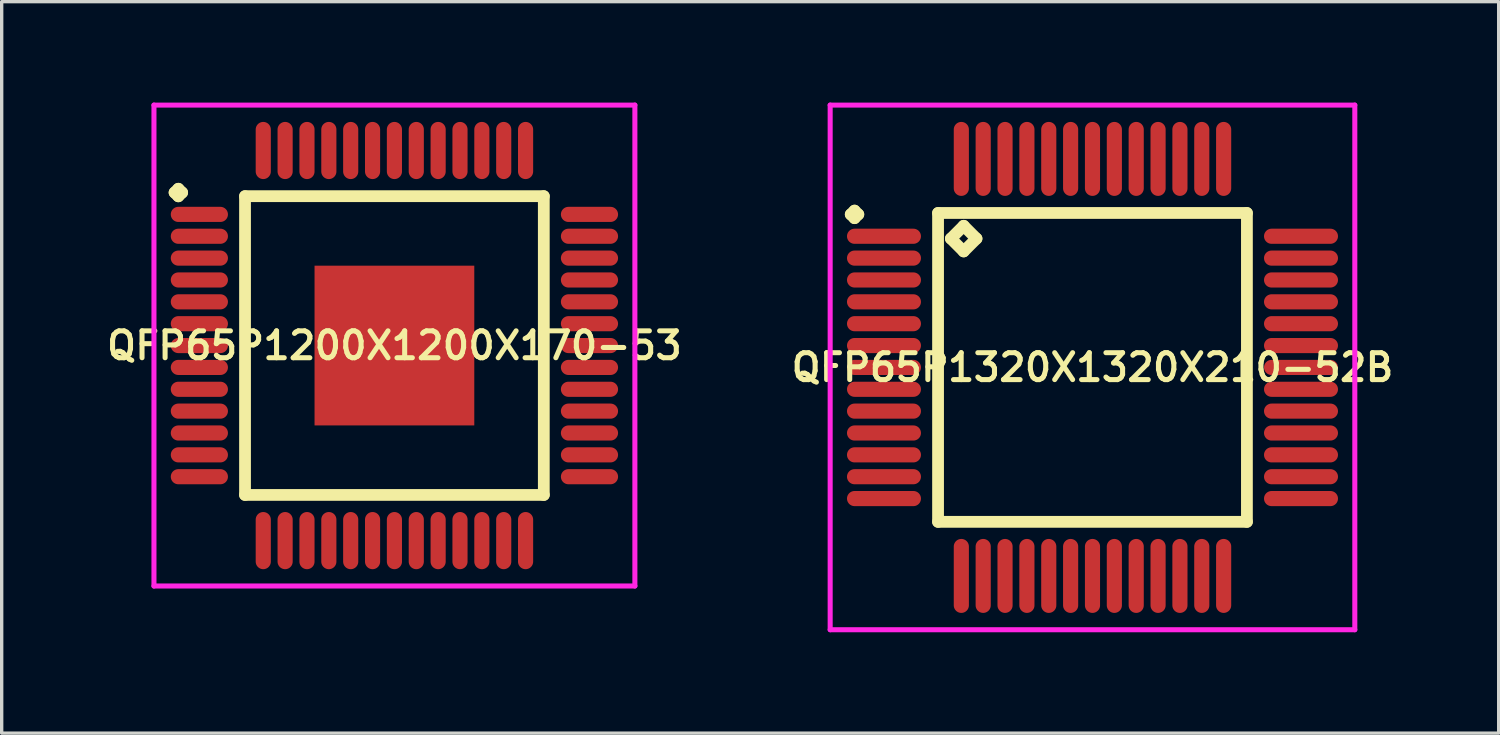
<source format=kicad_pcb>
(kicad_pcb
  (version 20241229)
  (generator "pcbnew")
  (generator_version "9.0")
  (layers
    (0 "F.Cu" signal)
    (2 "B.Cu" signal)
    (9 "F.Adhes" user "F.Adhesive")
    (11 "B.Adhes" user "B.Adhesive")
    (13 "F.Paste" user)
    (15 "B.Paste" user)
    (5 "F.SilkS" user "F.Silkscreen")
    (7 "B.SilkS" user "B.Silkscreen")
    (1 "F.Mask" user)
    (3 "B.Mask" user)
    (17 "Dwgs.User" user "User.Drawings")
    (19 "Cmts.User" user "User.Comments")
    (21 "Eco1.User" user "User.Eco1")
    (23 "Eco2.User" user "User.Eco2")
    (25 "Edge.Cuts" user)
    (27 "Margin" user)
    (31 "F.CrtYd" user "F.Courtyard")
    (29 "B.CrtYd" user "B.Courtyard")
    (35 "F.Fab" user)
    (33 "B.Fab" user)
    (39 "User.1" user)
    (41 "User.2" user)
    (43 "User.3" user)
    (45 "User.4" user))
  (footprint "QFP65P1320X1320X210-52B"
    (layer "F.Cu")
    (at 29.435 7.875)
    (property "Reference" "QFP65P1320X1320X210-52B" (at 0 0 0) (layer "F.SilkS") (effects (font (size 0.8 0.8) (thickness 0.15))))
    (attr smd)
    (fp_line (start -7.188 -4.55) (end -7.075 -4.662) (stroke (width 0.35) (type solid)) (layer "F.SilkS"))
    (fp_line (start -7.075 -4.662) (end -6.963 -4.55) (stroke (width 0.35) (type solid)) (layer "F.SilkS"))
    (fp_line (start -7.075 -4.438) (end -7.188 -4.55) (stroke (width 0.35) (type solid)) (layer "F.SilkS"))
    (fp_line (start -6.963 -4.55) (end -7.075 -4.438) (stroke (width 0.35) (type solid)) (layer "F.SilkS"))
    (fp_line (start -4.592 -4.592) (end -4.592 4.592) (stroke (width 0.35) (type solid)) (layer "F.SilkS"))
    (fp_line (start -4.592 4.592) (end 4.592 4.592) (stroke (width 0.35) (type solid)) (layer "F.SilkS"))
    (fp_line (start -4.211 -3.83) (end -3.83 -4.211) (stroke (width 0.35) (type solid)) (layer "F.SilkS"))
    (fp_line (start -3.83 -4.211) (end -3.449 -3.83) (stroke (width 0.35) (type solid)) (layer "F.SilkS"))
    (fp_line (start -3.83 -3.449) (end -4.211 -3.83) (stroke (width 0.35) (type solid)) (layer "F.SilkS"))
    (fp_line (start -3.449 -3.83) (end -3.83 -3.449) (stroke (width 0.35) (type solid)) (layer "F.SilkS"))
    (fp_line (start 4.592 -4.592) (end -4.592 -4.592) (stroke (width 0.35) (type solid)) (layer "F.SilkS"))
    (fp_line (start 4.592 4.592) (end 4.592 -4.592) (stroke (width 0.35) (type solid)) (layer "F.SilkS"))
    (fp_line (start -7.8 -7.8) (end 7.8 -7.8) (stroke (width 0.15) (type solid)) (layer "F.CrtYd"))
    (fp_line (start -7.8 7.8) (end -7.8 -7.8) (stroke (width 0.15) (type solid)) (layer "F.CrtYd"))
    (fp_line (start 7.8 -7.8) (end 7.8 7.8) (stroke (width 0.15) (type solid)) (layer "F.CrtYd"))
    (fp_line (start 7.8 7.8) (end -7.8 7.8) (stroke (width 0.15) (type solid)) (layer "F.CrtYd"))
    (pad "1" smd oval (at -6.2 -3.9) (size 2.2 0.45) (layers "F.Cu" "F.Mask" "F.Paste"))
    (pad "2" smd oval (at -6.2 -3.25) (size 2.2 0.45) (layers "F.Cu" "F.Mask" "F.Paste"))
    (pad "3" smd oval (at -6.2 -2.6) (size 2.2 0.45) (layers "F.Cu" "F.Mask" "F.Paste"))
    (pad "4" smd oval (at -6.2 -1.95) (size 2.2 0.45) (layers "F.Cu" "F.Mask" "F.Paste"))
    (pad "5" smd oval (at -6.2 -1.3) (size 2.2 0.45) (layers "F.Cu" "F.Mask" "F.Paste"))
    (pad "6" smd oval (at -6.2 -0.65) (size 2.2 0.45) (layers "F.Cu" "F.Mask" "F.Paste"))
    (pad "7" smd oval (at -6.2 0) (size 2.2 0.45) (layers "F.Cu" "F.Mask" "F.Paste"))
    (pad "8" smd oval (at -6.2 0.65) (size 2.2 0.45) (layers "F.Cu" "F.Mask" "F.Paste"))
    (pad "9" smd oval (at -6.2 1.3) (size 2.2 0.45) (layers "F.Cu" "F.Mask" "F.Paste"))
    (pad "10" smd oval (at -6.2 1.95) (size 2.2 0.45) (layers "F.Cu" "F.Mask" "F.Paste"))
    (pad "11" smd oval (at -6.2 2.6) (size 2.2 0.45) (layers "F.Cu" "F.Mask" "F.Paste"))
    (pad "12" smd oval (at -6.2 3.25) (size 2.2 0.45) (layers "F.Cu" "F.Mask" "F.Paste"))
    (pad "13" smd oval (at -6.2 3.9) (size 2.2 0.45) (layers "F.Cu" "F.Mask" "F.Paste"))
    (pad "14" smd oval (at -3.9 6.2) (size 0.45 2.2) (layers "F.Cu" "F.Mask" "F.Paste"))
    (pad "15" smd oval (at -3.25 6.2) (size 0.45 2.2) (layers "F.Cu" "F.Mask" "F.Paste"))
    (pad "16" smd oval (at -2.6 6.2) (size 0.45 2.2) (layers "F.Cu" "F.Mask" "F.Paste"))
    (pad "17" smd oval (at -1.95 6.2) (size 0.45 2.2) (layers "F.Cu" "F.Mask" "F.Paste"))
    (pad "18" smd oval (at -1.3 6.2) (size 0.45 2.2) (layers "F.Cu" "F.Mask" "F.Paste"))
    (pad "19" smd oval (at -0.65 6.2) (size 0.45 2.2) (layers "F.Cu" "F.Mask" "F.Paste"))
    (pad "20" smd oval (at 0 6.2) (size 0.45 2.2) (layers "F.Cu" "F.Mask" "F.Paste"))
    (pad "21" smd oval (at 0.65 6.2) (size 0.45 2.2) (layers "F.Cu" "F.Mask" "F.Paste"))
    (pad "22" smd oval (at 1.3 6.2) (size 0.45 2.2) (layers "F.Cu" "F.Mask" "F.Paste"))
    (pad "23" smd oval (at 1.95 6.2) (size 0.45 2.2) (layers "F.Cu" "F.Mask" "F.Paste"))
    (pad "24" smd oval (at 2.6 6.2) (size 0.45 2.2) (layers "F.Cu" "F.Mask" "F.Paste"))
    (pad "25" smd oval (at 3.25 6.2) (size 0.45 2.2) (layers "F.Cu" "F.Mask" "F.Paste"))
    (pad "26" smd oval (at 3.9 6.2) (size 0.45 2.2) (layers "F.Cu" "F.Mask" "F.Paste"))
    (pad "27" smd oval (at 6.2 3.9) (size 2.2 0.45) (layers "F.Cu" "F.Mask" "F.Paste"))
    (pad "28" smd oval (at 6.2 3.25) (size 2.2 0.45) (layers "F.Cu" "F.Mask" "F.Paste"))
    (pad "29" smd oval (at 6.2 2.6) (size 2.2 0.45) (layers "F.Cu" "F.Mask" "F.Paste"))
    (pad "30" smd oval (at 6.2 1.95) (size 2.2 0.45) (layers "F.Cu" "F.Mask" "F.Paste"))
    (pad "31" smd oval (at 6.2 1.3) (size 2.2 0.45) (layers "F.Cu" "F.Mask" "F.Paste"))
    (pad "32" smd oval (at 6.2 0.65) (size 2.2 0.45) (layers "F.Cu" "F.Mask" "F.Paste"))
    (pad "33" smd oval (at 6.2 0) (size 2.2 0.45) (layers "F.Cu" "F.Mask" "F.Paste"))
    (pad "34" smd oval (at 6.2 -0.65) (size 2.2 0.45) (layers "F.Cu" "F.Mask" "F.Paste"))
    (pad "35" smd oval (at 6.2 -1.3) (size 2.2 0.45) (layers "F.Cu" "F.Mask" "F.Paste"))
    (pad "36" smd oval (at 6.2 -1.95) (size 2.2 0.45) (layers "F.Cu" "F.Mask" "F.Paste"))
    (pad "37" smd oval (at 6.2 -2.6) (size 2.2 0.45) (layers "F.Cu" "F.Mask" "F.Paste"))
    (pad "38" smd oval (at 6.2 -3.25) (size 2.2 0.45) (layers "F.Cu" "F.Mask" "F.Paste"))
    (pad "39" smd oval (at 6.2 -3.9) (size 2.2 0.45) (layers "F.Cu" "F.Mask" "F.Paste"))
    (pad "40" smd oval (at 3.9 -6.2) (size 0.45 2.2) (layers "F.Cu" "F.Mask" "F.Paste"))
    (pad "41" smd oval (at 3.25 -6.2) (size 0.45 2.2) (layers "F.Cu" "F.Mask" "F.Paste"))
    (pad "42" smd oval (at 2.6 -6.2) (size 0.45 2.2) (layers "F.Cu" "F.Mask" "F.Paste"))
    (pad "43" smd oval (at 1.95 -6.2) (size 0.45 2.2) (layers "F.Cu" "F.Mask" "F.Paste"))
    (pad "44" smd oval (at 1.3 -6.2) (size 0.45 2.2) (layers "F.Cu" "F.Mask" "F.Paste"))
    (pad "45" smd oval (at 0.65 -6.2) (size 0.45 2.2) (layers "F.Cu" "F.Mask" "F.Paste"))
    (pad "46" smd oval (at 0 -6.2) (size 0.45 2.2) (layers "F.Cu" "F.Mask" "F.Paste"))
    (pad "47" smd oval (at -0.65 -6.2) (size 0.45 2.2) (layers "F.Cu" "F.Mask" "F.Paste"))
    (pad "48" smd oval (at -1.3 -6.2) (size 0.45 2.2) (layers "F.Cu" "F.Mask" "F.Paste"))
    (pad "49" smd oval (at -1.95 -6.2) (size 0.45 2.2) (layers "F.Cu" "F.Mask" "F.Paste"))
    (pad "50" smd oval (at -2.6 -6.2) (size 0.45 2.2) (layers "F.Cu" "F.Mask" "F.Paste"))
    (pad "51" smd oval (at -3.25 -6.2) (size 0.45 2.2) (layers "F.Cu" "F.Mask" "F.Paste"))
    (pad "52" smd oval (at -3.9 -6.2) (size 0.45 2.2) (layers "F.Cu" "F.Mask" "F.Paste")))
  (footprint "QFP65P1200X1200X170-53"
    (layer "F.Cu")
    (at 8.678 7.225)
    (property "Reference" "QFP65P1200X1200X170-53" (at 0 0 0) (layer "F.SilkS") (effects (font (size 0.8 0.8) (thickness 0.15))))
    (attr smd)
    (fp_line (start -6.537 -4.55) (end -6.425 -4.662) (stroke (width 0.35) (type solid)) (layer "F.SilkS"))
    (fp_line (start -6.425 -4.662) (end -6.312 -4.55) (stroke (width 0.35) (type solid)) (layer "F.SilkS"))
    (fp_line (start -6.425 -4.438) (end -6.537 -4.55) (stroke (width 0.35) (type solid)) (layer "F.SilkS"))
    (fp_line (start -6.312 -4.55) (end -6.425 -4.438) (stroke (width 0.35) (type solid)) (layer "F.SilkS"))
    (fp_line (start -4.442 -4.442) (end -4.442 4.442) (stroke (width 0.35) (type solid)) (layer "F.SilkS"))
    (fp_line (start -4.442 4.442) (end 4.442 4.442) (stroke (width 0.35) (type solid)) (layer "F.SilkS"))
    (fp_line (start 4.442 -4.442) (end -4.442 -4.442) (stroke (width 0.35) (type solid)) (layer "F.SilkS"))
    (fp_line (start 4.442 4.442) (end 4.442 -4.442) (stroke (width 0.35) (type solid)) (layer "F.SilkS"))
    (fp_line (start -7.15 -7.15) (end 7.15 -7.15) (stroke (width 0.15) (type solid)) (layer "F.CrtYd"))
    (fp_line (start -7.15 7.15) (end -7.15 -7.15) (stroke (width 0.15) (type solid)) (layer "F.CrtYd"))
    (fp_line (start 7.15 -7.15) (end 7.15 7.15) (stroke (width 0.15) (type solid)) (layer "F.CrtYd"))
    (fp_line (start 7.15 7.15) (end -7.15 7.15) (stroke (width 0.15) (type solid)) (layer "F.CrtYd"))
    (pad "1" smd oval (at -5.8 -3.9) (size 1.7 0.45) (layers "F.Cu" "F.Mask" "F.Paste"))
    (pad "2" smd oval (at -5.8 -3.25) (size 1.7 0.45) (layers "F.Cu" "F.Mask" "F.Paste"))
    (pad "3" smd oval (at -5.8 -2.6) (size 1.7 0.45) (layers "F.Cu" "F.Mask" "F.Paste"))
    (pad "4" smd oval (at -5.8 -1.95) (size 1.7 0.45) (layers "F.Cu" "F.Mask" "F.Paste"))
    (pad "5" smd oval (at -5.8 -1.3) (size 1.7 0.45) (layers "F.Cu" "F.Mask" "F.Paste"))
    (pad "6" smd oval (at -5.8 -0.65) (size 1.7 0.45) (layers "F.Cu" "F.Mask" "F.Paste"))
    (pad "7" smd oval (at -5.8 0) (size 1.7 0.45) (layers "F.Cu" "F.Mask" "F.Paste"))
    (pad "8" smd oval (at -5.8 0.65) (size 1.7 0.45) (layers "F.Cu" "F.Mask" "F.Paste"))
    (pad "9" smd oval (at -5.8 1.3) (size 1.7 0.45) (layers "F.Cu" "F.Mask" "F.Paste"))
    (pad "10" smd oval (at -5.8 1.95) (size 1.7 0.45) (layers "F.Cu" "F.Mask" "F.Paste"))
    (pad "11" smd oval (at -5.8 2.6) (size 1.7 0.45) (layers "F.Cu" "F.Mask" "F.Paste"))
    (pad "12" smd oval (at -5.8 3.25) (size 1.7 0.45) (layers "F.Cu" "F.Mask" "F.Paste"))
    (pad "13" smd oval (at -5.8 3.9) (size 1.7 0.45) (layers "F.Cu" "F.Mask" "F.Paste"))
    (pad "14" smd oval (at -3.9 5.8) (size 0.45 1.7) (layers "F.Cu" "F.Mask" "F.Paste"))
    (pad "15" smd oval (at -3.25 5.8) (size 0.45 1.7) (layers "F.Cu" "F.Mask" "F.Paste"))
    (pad "16" smd oval (at -2.6 5.8) (size 0.45 1.7) (layers "F.Cu" "F.Mask" "F.Paste"))
    (pad "17" smd oval (at -1.95 5.8) (size 0.45 1.7) (layers "F.Cu" "F.Mask" "F.Paste"))
    (pad "18" smd oval (at -1.3 5.8) (size 0.45 1.7) (layers "F.Cu" "F.Mask" "F.Paste"))
    (pad "19" smd oval (at -0.65 5.8) (size 0.45 1.7) (layers "F.Cu" "F.Mask" "F.Paste"))
    (pad "20" smd oval (at 0 5.8) (size 0.45 1.7) (layers "F.Cu" "F.Mask" "F.Paste"))
    (pad "21" smd oval (at 0.65 5.8) (size 0.45 1.7) (layers "F.Cu" "F.Mask" "F.Paste"))
    (pad "22" smd oval (at 1.3 5.8) (size 0.45 1.7) (layers "F.Cu" "F.Mask" "F.Paste"))
    (pad "23" smd oval (at 1.95 5.8) (size 0.45 1.7) (layers "F.Cu" "F.Mask" "F.Paste"))
    (pad "24" smd oval (at 2.6 5.8) (size 0.45 1.7) (layers "F.Cu" "F.Mask" "F.Paste"))
    (pad "25" smd oval (at 3.25 5.8) (size 0.45 1.7) (layers "F.Cu" "F.Mask" "F.Paste"))
    (pad "26" smd oval (at 3.9 5.8) (size 0.45 1.7) (layers "F.Cu" "F.Mask" "F.Paste"))
    (pad "27" smd oval (at 5.8 3.9) (size 1.7 0.45) (layers "F.Cu" "F.Mask" "F.Paste"))
    (pad "28" smd oval (at 5.8 3.25) (size 1.7 0.45) (layers "F.Cu" "F.Mask" "F.Paste"))
    (pad "29" smd oval (at 5.8 2.6) (size 1.7 0.45) (layers "F.Cu" "F.Mask" "F.Paste"))
    (pad "30" smd oval (at 5.8 1.95) (size 1.7 0.45) (layers "F.Cu" "F.Mask" "F.Paste"))
    (pad "31" smd oval (at 5.8 1.3) (size 1.7 0.45) (layers "F.Cu" "F.Mask" "F.Paste"))
    (pad "32" smd oval (at 5.8 0.65) (size 1.7 0.45) (layers "F.Cu" "F.Mask" "F.Paste"))
    (pad "33" smd oval (at 5.8 0) (size 1.7 0.45) (layers "F.Cu" "F.Mask" "F.Paste"))
    (pad "34" smd oval (at 5.8 -0.65) (size 1.7 0.45) (layers "F.Cu" "F.Mask" "F.Paste"))
    (pad "35" smd oval (at 5.8 -1.3) (size 1.7 0.45) (layers "F.Cu" "F.Mask" "F.Paste"))
    (pad "36" smd oval (at 5.8 -1.95) (size 1.7 0.45) (layers "F.Cu" "F.Mask" "F.Paste"))
    (pad "37" smd oval (at 5.8 -2.6) (size 1.7 0.45) (layers "F.Cu" "F.Mask" "F.Paste"))
    (pad "38" smd oval (at 5.8 -3.25) (size 1.7 0.45) (layers "F.Cu" "F.Mask" "F.Paste"))
    (pad "39" smd oval (at 5.8 -3.9) (size 1.7 0.45) (layers "F.Cu" "F.Mask" "F.Paste"))
    (pad "40" smd oval (at 3.9 -5.8) (size 0.45 1.7) (layers "F.Cu" "F.Mask" "F.Paste"))
    (pad "41" smd oval (at 3.25 -5.8) (size 0.45 1.7) (layers "F.Cu" "F.Mask" "F.Paste"))
    (pad "42" smd oval (at 2.6 -5.8) (size 0.45 1.7) (layers "F.Cu" "F.Mask" "F.Paste"))
    (pad "43" smd oval (at 1.95 -5.8) (size 0.45 1.7) (layers "F.Cu" "F.Mask" "F.Paste"))
    (pad "44" smd oval (at 1.3 -5.8) (size 0.45 1.7) (layers "F.Cu" "F.Mask" "F.Paste"))
    (pad "45" smd oval (at 0.65 -5.8) (size 0.45 1.7) (layers "F.Cu" "F.Mask" "F.Paste"))
    (pad "46" smd oval (at 0 -5.8) (size 0.45 1.7) (layers "F.Cu" "F.Mask" "F.Paste"))
    (pad "47" smd oval (at -0.65 -5.8) (size 0.45 1.7) (layers "F.Cu" "F.Mask" "F.Paste"))
    (pad "48" smd oval (at -1.3 -5.8) (size 0.45 1.7) (layers "F.Cu" "F.Mask" "F.Paste"))
    (pad "49" smd oval (at -1.95 -5.8) (size 0.45 1.7) (layers "F.Cu" "F.Mask" "F.Paste"))
    (pad "50" smd oval (at -2.6 -5.8) (size 0.45 1.7) (layers "F.Cu" "F.Mask" "F.Paste"))
    (pad "51" smd oval (at -3.25 -5.8) (size 0.45 1.7) (layers "F.Cu" "F.Mask" "F.Paste"))
    (pad "52" smd oval (at -3.9 -5.8) (size 0.45 1.7) (layers "F.Cu" "F.Mask" "F.Paste"))
    (pad "53" smd rect (at 0 0) (size 4.75 4.75) (layers "F.Cu" "F.Mask" "F.Paste")))
  (gr_rect
    (start -3 -3)
    (end 41.513 18.75)
    (stroke (width 0.1) (type default))
    (fill no)
    (layer "Edge.Cuts")))
</source>
